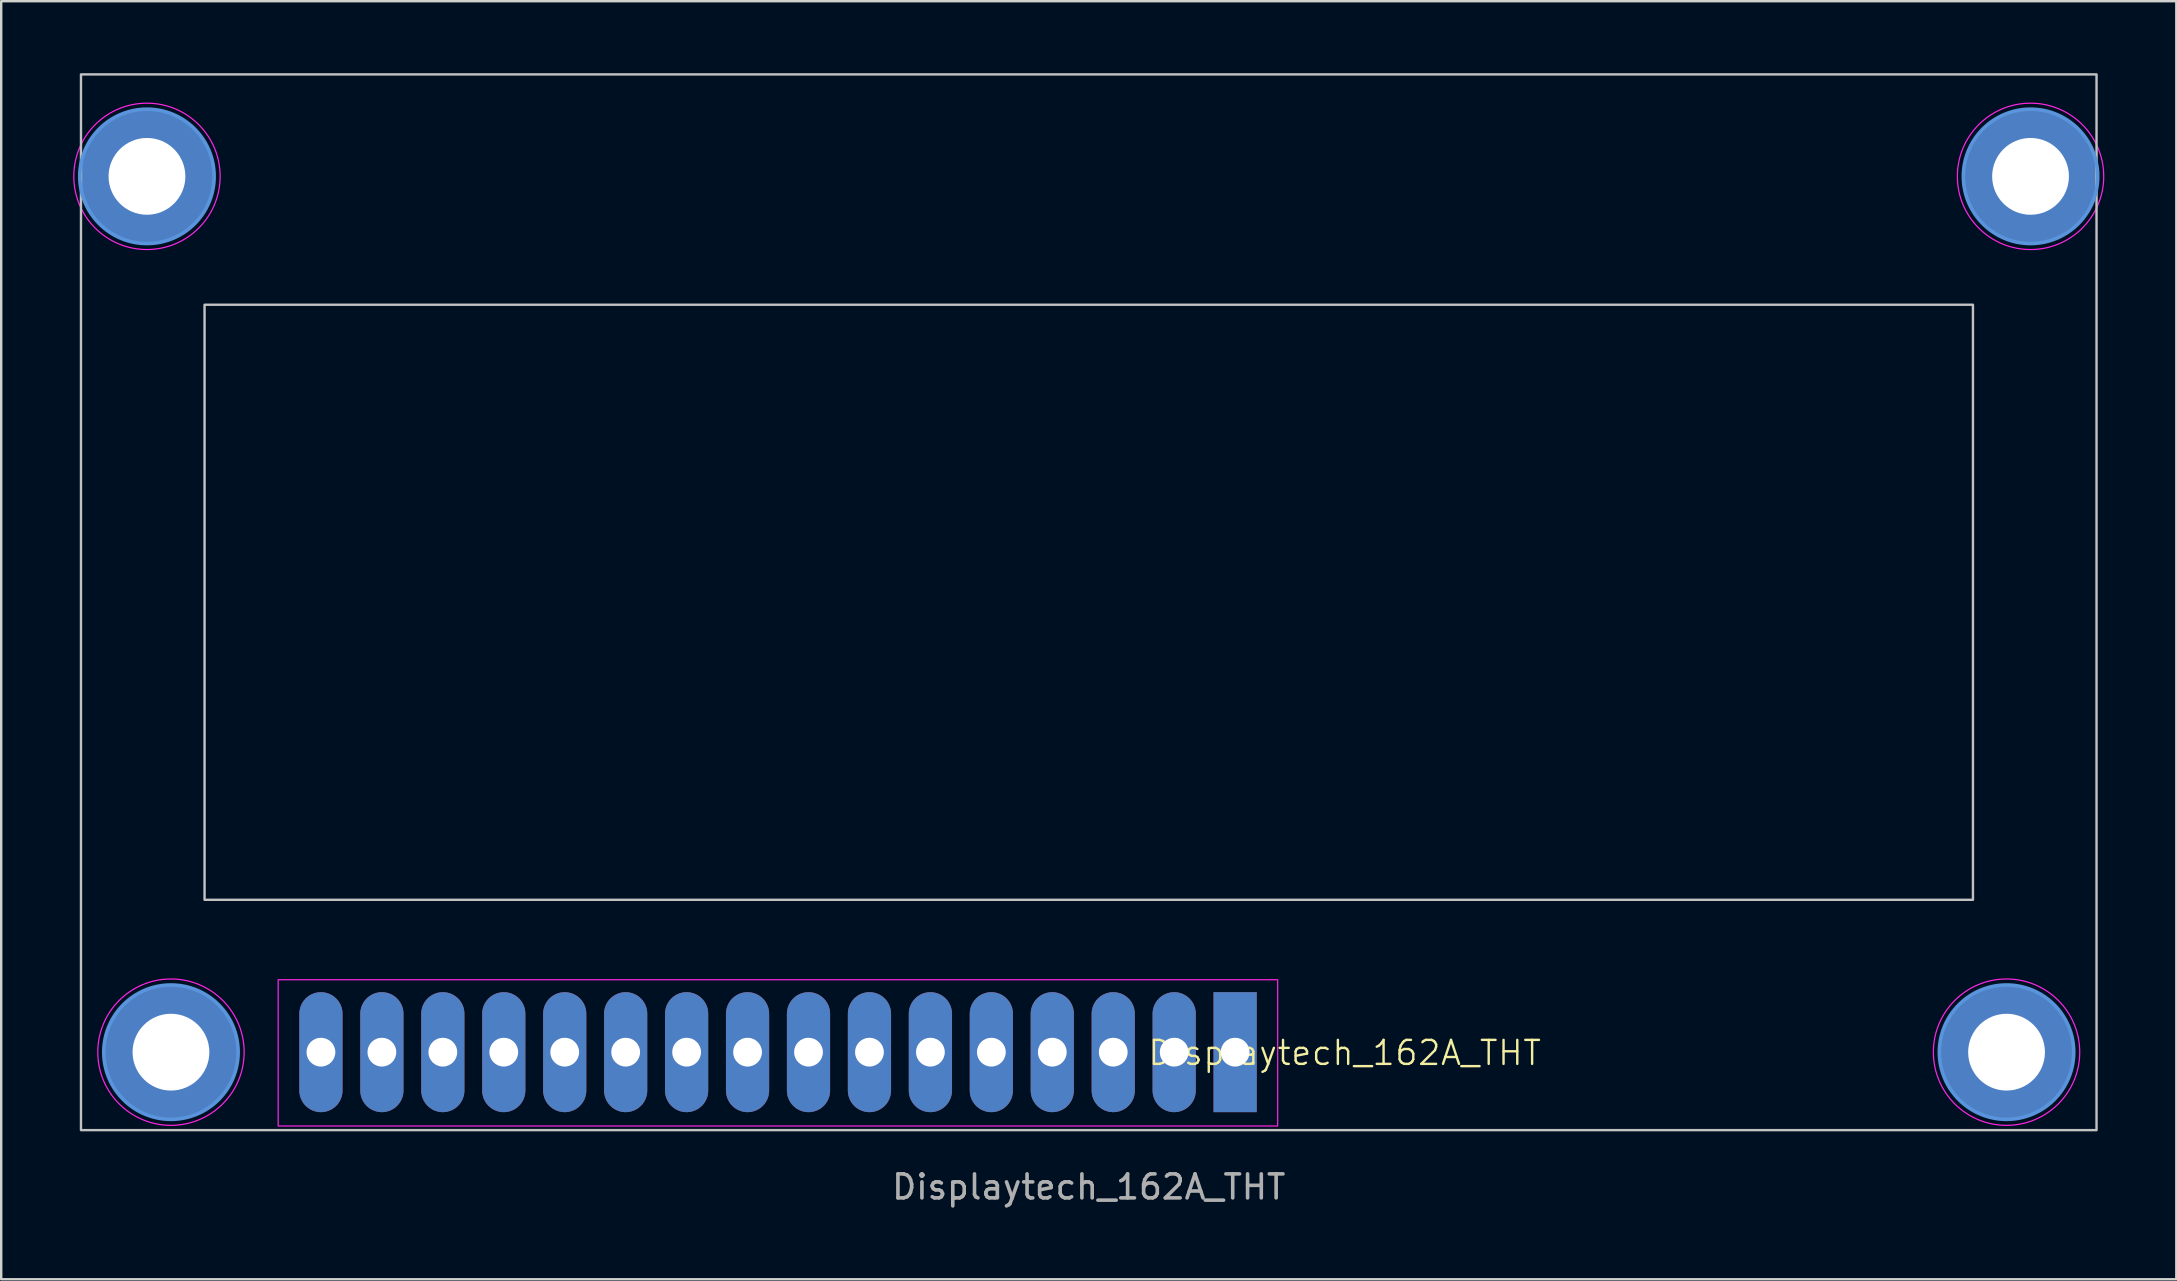
<source format=kicad_pcb>
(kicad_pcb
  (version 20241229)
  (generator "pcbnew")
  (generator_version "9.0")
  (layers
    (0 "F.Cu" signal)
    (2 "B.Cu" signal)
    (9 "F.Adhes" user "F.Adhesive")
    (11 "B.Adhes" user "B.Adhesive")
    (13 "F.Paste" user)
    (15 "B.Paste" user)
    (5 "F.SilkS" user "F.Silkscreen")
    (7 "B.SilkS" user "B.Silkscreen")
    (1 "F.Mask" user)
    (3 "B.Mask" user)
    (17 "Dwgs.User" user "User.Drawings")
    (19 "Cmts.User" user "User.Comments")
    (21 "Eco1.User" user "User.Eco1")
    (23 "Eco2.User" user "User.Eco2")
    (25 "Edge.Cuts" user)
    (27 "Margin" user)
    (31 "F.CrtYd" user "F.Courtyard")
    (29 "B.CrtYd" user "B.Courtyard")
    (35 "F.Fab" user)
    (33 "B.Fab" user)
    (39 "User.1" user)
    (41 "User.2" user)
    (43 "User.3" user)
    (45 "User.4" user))
  (footprint "Displaytech_162A_THT"
    (layer "F.Cu")
    (at 42.325 23.05)
    (property "Reference" "Displaytech_162A_THT" (at 10.668 17.78 0) (unlocked yes) (layer "F.SilkS") (effects (font (size 1 1) (thickness 0.1))))
    (attr through_hole)
    (fp_rect (start -42 -23) (end 42 21) (stroke (width 0.1) (type default)) (fill no) (layer "Dwgs.User"))
    (fp_rect (start -36.85 -13.4) (end 36.85 11.4) (stroke (width 0.1) (type default)) (fill no) (layer "Dwgs.User"))
    (fp_circle (center -39.25 -18.75) (end -36.45 -18.75) (stroke (width 0.15) (type solid)) (fill no) (layer "Cmts.User"))
    (fp_circle (center -38.25 17.75) (end -35.45 17.75) (stroke (width 0.15) (type solid)) (fill no) (layer "Cmts.User"))
    (fp_circle (center 38.25 17.75) (end 41.05 17.75) (stroke (width 0.15) (type solid)) (fill no) (layer "Cmts.User"))
    (fp_circle (center 39.25 -18.75) (end 42.05 -18.75) (stroke (width 0.15) (type solid)) (fill no) (layer "Cmts.User"))
    (fp_rect (start -33.782 14.732) (end 7.874 20.828) (stroke (width 0.05) (type default)) (fill no) (layer "F.CrtYd"))
    (fp_circle (center -39.25 -18.75) (end -36.2 -18.75) (stroke (width 0.05) (type solid)) (fill no) (layer "F.CrtYd"))
    (fp_circle (center -38.25 17.75) (end -35.2 17.75) (stroke (width 0.05) (type solid)) (fill no) (layer "F.CrtYd"))
    (fp_circle (center 38.25 17.75) (end 41.3 17.75) (stroke (width 0.05) (type solid)) (fill no) (layer "F.CrtYd"))
    (fp_circle (center 39.25 -18.75) (end 42.3 -18.75) (stroke (width 0.05) (type solid)) (fill no) (layer "F.CrtYd"))
    (fp_text user "${REFERENCE}" (at 0 23.368 180) (layer "F.Fab") (effects (font (size 1 1) (thickness 0.15))))
    (pad "1" thru_hole rect (at 6.1 17.75) (size 1.8 5) (drill 1.2) (layers "*.Cu" "*.Mask"))
    (pad "2" thru_hole oval (at 3.56 17.75) (size 1.8 5) (drill 1.2) (layers "*.Cu" "*.Mask"))
    (pad "3" thru_hole circle (at -39.25 -18.75) (size 5.6 5.6) (drill 3.2) (layers "*.Cu" "*.Mask"))
    (pad "3" thru_hole circle (at -38.25 17.75) (size 5.6 5.6) (drill 3.2) (layers "*.Cu" "*.Mask"))
    (pad "3" thru_hole oval (at 1.02 17.75) (size 1.8 5) (drill 1.2) (layers "*.Cu" "*.Mask"))
    (pad "3" thru_hole circle (at 38.25 17.75) (size 5.6 5.6) (drill 3.2) (layers "*.Cu" "*.Mask"))
    (pad "3" thru_hole circle (at 39.25 -18.75) (size 5.6 5.6) (drill 3.2) (layers "*.Cu" "*.Mask"))
    (pad "4" thru_hole oval (at -1.52 17.75) (size 1.8 5) (drill 1.2) (layers "*.Cu" "*.Mask"))
    (pad "5" thru_hole oval (at -4.06 17.75) (size 1.8 5) (drill 1.2) (layers "*.Cu" "*.Mask"))
    (pad "6" thru_hole oval (at -6.6 17.75) (size 1.8 5) (drill 1.2) (layers "*.Cu" "*.Mask"))
    (pad "7" thru_hole oval (at -9.14 17.75) (size 1.8 5) (drill 1.2) (layers "*.Cu" "*.Mask"))
    (pad "8" thru_hole oval (at -11.68 17.75) (size 1.8 5) (drill 1.2) (layers "*.Cu" "*.Mask"))
    (pad "9" thru_hole oval (at -14.22 17.75) (size 1.8 5) (drill 1.2) (layers "*.Cu" "*.Mask"))
    (pad "10" thru_hole oval (at -16.76 17.75) (size 1.8 5) (drill 1.2) (layers "*.Cu" "*.Mask"))
    (pad "11" thru_hole oval (at -19.3 17.75) (size 1.8 5) (drill 1.2) (layers "*.Cu" "*.Mask"))
    (pad "12" thru_hole oval (at -21.84 17.75) (size 1.8 5) (drill 1.2) (layers "*.Cu" "*.Mask"))
    (pad "13" thru_hole oval (at -24.38 17.75) (size 1.8 5) (drill 1.2) (layers "*.Cu" "*.Mask"))
    (pad "14" thru_hole oval (at -26.92 17.75) (size 1.8 5) (drill 1.2) (layers "*.Cu" "*.Mask"))
    (pad "15" thru_hole oval (at -29.46 17.75) (size 1.8 5) (drill 1.2) (layers "*.Cu" "*.Mask"))
    (pad "16" thru_hole oval (at -32 17.75) (size 1.8 5) (drill 1.2) (layers "*.Cu" "*.Mask")))
  (gr_rect
    (start -3 -3)
    (end 87.65 50.266)
    (stroke (width 0.1) (type default))
    (fill no)
    (layer "Edge.Cuts")))
</source>
